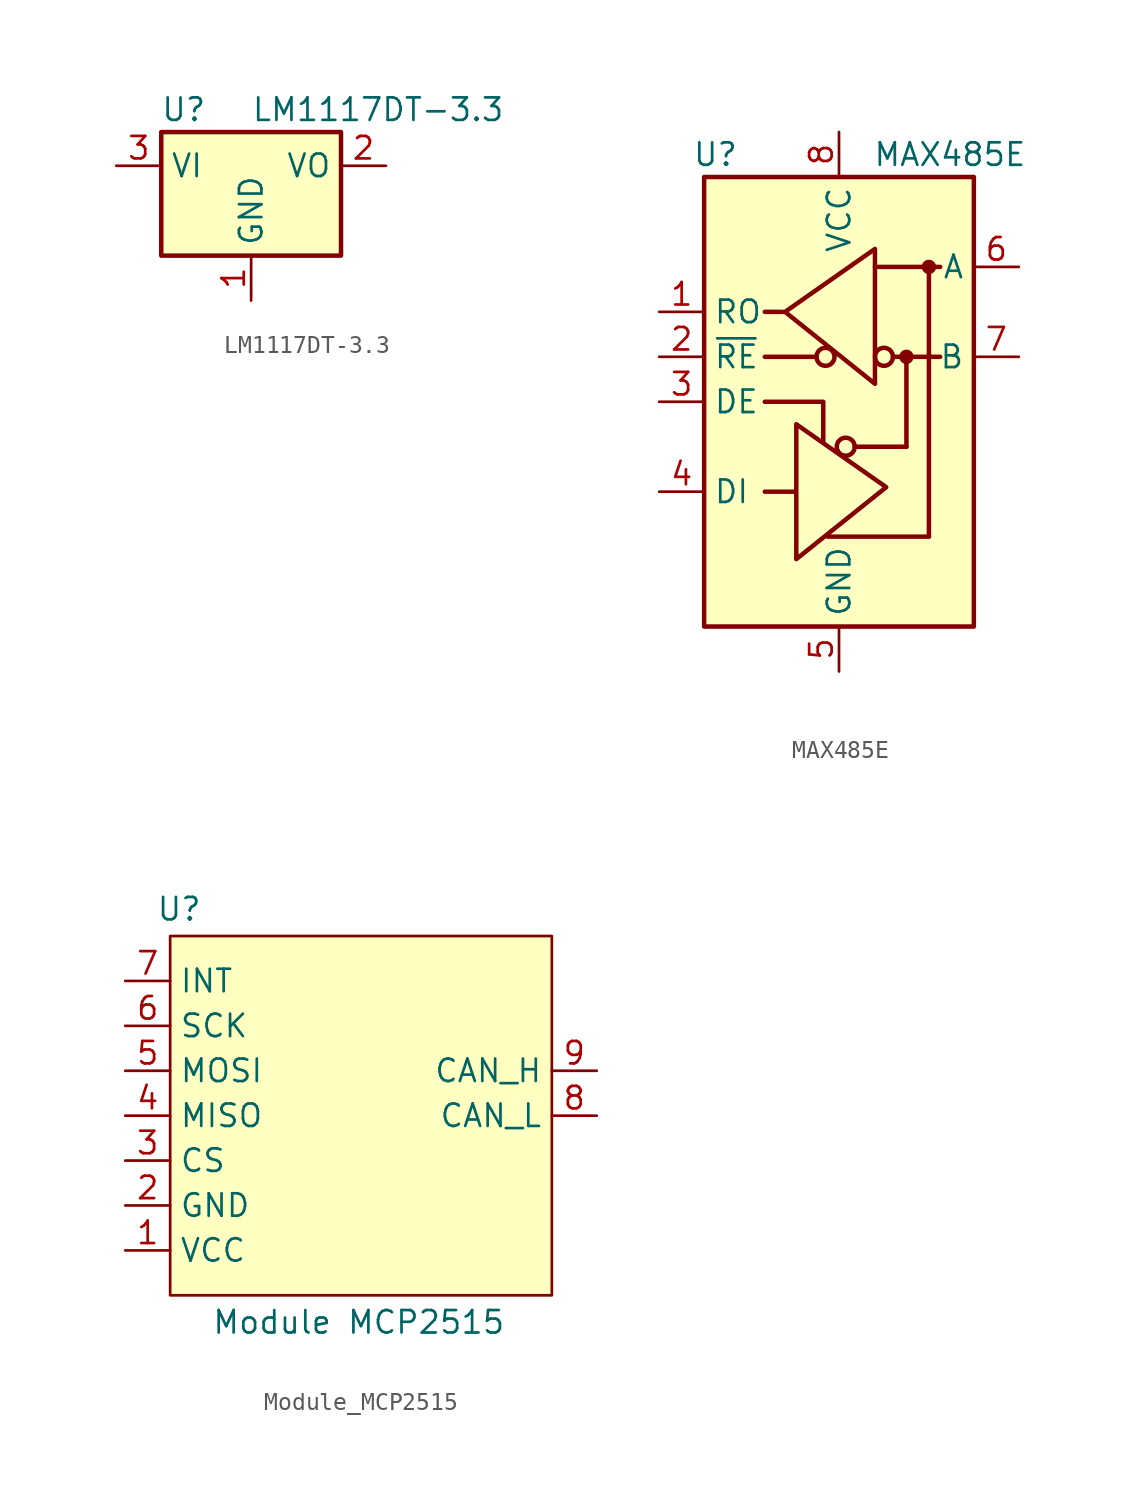
<source format=kicad_sym>
(kicad_symbol_lib
  (version 20241209)
  (generator "kicad_symbol_editor")
  (generator_version "9.0")
  (symbol "LM1117DT-3.3"
    (property "Reference" "U"
      (at -3.81 3.175 0)
      (effects (font (size 1.27 1.27))))
    (property "Value" "LM1117DT-3.3"
      (at 0 3.175 0)
      (effects (font (size 1.27 1.27)) (justify left)))
    (symbol "LM1117DT-3.3_0_1"
      (rectangle (start -5.08 -5.08) (end 5.08 1.905) (stroke (width 0.254) (type default)) (fill (type background))))
    (symbol "LM1117DT-3.3_1_1"
      (pin power_in line (at -7.62 0 0) (length 2.54) (name "VI" (effects (font (size 1.27 1.27)))) (number "3" (effects (font (size 1.27 1.27)))))
      (pin power_in line (at 0 -7.62 90) (length 2.54) (name "GND" (effects (font (size 1.27 1.27)))) (number "1" (effects (font (size 1.27 1.27)))))
      (pin power_out line (at 7.62 0 180) (length 2.54) (name "VO" (effects (font (size 1.27 1.27)))) (number "2" (effects (font (size 1.27 1.27)))))))
  (symbol "MAX485E"
    (property "Reference" "U"
      (at -6.985 13.97 0)
      (effects (font (size 1.27 1.27))))
    (property "Value" "MAX485E"
      (at 1.905 13.97 0)
      (effects (font (size 1.27 1.27)) (justify left)))
    (symbol "MAX485E_0_1"
      (rectangle (start -7.62 12.7) (end 7.62 -12.7) (stroke (width 0.254) (type default)) (fill (type background)))
      (polyline (pts (xy -4.191 2.54) (xy -1.27 2.54)) (stroke (width 0.254) (type default)) (fill (type none)))
      (polyline (pts (xy -4.191 0) (xy -0.889 0) (xy -0.889 -2.286)) (stroke (width 0.254) (type default)) (fill (type none)))
      (polyline (pts (xy -3.175 5.08) (xy -4.191 5.08) (xy -4.064 5.08)) (stroke (width 0.254) (type default)) (fill (type none)))
      (polyline (pts (xy -2.54 -5.08) (xy -4.191 -5.08)) (stroke (width 0.254) (type default)) (fill (type none)))
      (polyline (pts (xy -2.413 -5.08) (xy -2.413 -1.27) (xy 2.667 -4.826) (xy -2.413 -8.89) (xy -2.413 -5.08)) (stroke (width 0.254) (type default)) (fill (type none)))
      (polyline (pts (xy -0.635 -7.62) (xy 5.08 -7.62)) (stroke (width 0.254) (type default)) (fill (type none)))
      (circle (center 0.381 -2.54) (radius 0.508) (stroke (width 0.254) (type default)) (fill (type none)))
      (polyline (pts (xy 0.889 -2.54) (xy 3.81 -2.54)) (stroke (width 0.254) (type default)) (fill (type none)))
      (polyline (pts (xy 2.032 7.62) (xy 5.715 7.62)) (stroke (width 0.254) (type default)) (fill (type none)))
      (polyline (pts (xy 3.048 2.54) (xy 5.715 2.54)) (stroke (width 0.254) (type default)) (fill (type none)))
      (circle (center 3.81 2.54) (radius 0.279) (stroke (width 0.254) (type default)) (fill (type outline)))
      (polyline (pts (xy 3.81 -2.54) (xy 3.81 2.54)) (stroke (width 0.254) (type default)) (fill (type none)))
      (polyline (pts (xy 5.08 -7.62) (xy 5.08 7.62)) (stroke (width 0.254) (type default)) (fill (type none))))
    (symbol "MAX485E_1_1"
      (circle (center -0.762 2.54) (radius 0.508) (stroke (width 0.254) (type default)) (fill (type none)))
      (polyline (pts (xy 2.032 4.826) (xy 2.032 8.636) (xy -3.048 5.08) (xy 2.032 1.016) (xy 2.032 4.826)) (stroke (width 0.254) (type default)) (fill (type none)))
      (circle (center 2.54 2.54) (radius 0.508) (stroke (width 0.254) (type default)) (fill (type none)))
      (circle (center 5.08 7.62) (radius 0.279) (stroke (width 0.254) (type default)) (fill (type outline)))
      (pin output line (at -10.16 5.08 0) (length 2.54) (name "RO" (effects (font (size 1.27 1.27)))) (number "1" (effects (font (size 1.27 1.27)))))
      (pin input line (at -10.16 2.54 0) (length 2.54) (name "~{RE}" (effects (font (size 1.27 1.27)))) (number "2" (effects (font (size 1.27 1.27)))))
      (pin input line (at -10.16 0 0) (length 2.54) (name "DE" (effects (font (size 1.27 1.27)))) (number "3" (effects (font (size 1.27 1.27)))))
      (pin input line (at -10.16 -5.08 0) (length 2.54) (name "DI" (effects (font (size 1.27 1.27)))) (number "4" (effects (font (size 1.27 1.27)))))
      (pin power_in line (at 0 15.24 270) (length 2.54) (name "VCC" (effects (font (size 1.27 1.27)))) (number "8" (effects (font (size 1.27 1.27)))))
      (pin power_in line (at 0 -15.24 90) (length 2.54) (name "GND" (effects (font (size 1.27 1.27)))) (number "5" (effects (font (size 1.27 1.27)))))
      (pin bidirectional line (at 10.16 7.62 180) (length 2.54) (name "A" (effects (font (size 1.27 1.27)))) (number "6" (effects (font (size 1.27 1.27)))))
      (pin bidirectional line (at 10.16 2.54 180) (length 2.54) (name "B" (effects (font (size 1.27 1.27)))) (number "7" (effects (font (size 1.27 1.27)))))))
  (symbol "Module_MCP2515"
    (property "Reference" "U"
      (at -8.382 10.414 0)
      (effects (font (size 1.27 1.27))))
    (property "Value" "Module MCP2515"
      (at 1.778 -12.954 0)
      (effects (font (size 1.27 1.27))))
    (symbol "Module_MCP2515_1_1"
      (rectangle (start -8.89 8.89) (end 12.7 -11.43) (stroke (width 0) (type solid)) (fill (type background)))
      (pin input line (at -11.43 6.35 0) (length 2.54) (name "INT" (effects (font (size 1.27 1.27)))) (number "7" (effects (font (size 1.27 1.27)))))
      (pin input line (at -11.43 3.81 0) (length 2.54) (name "SCK" (effects (font (size 1.27 1.27)))) (number "6" (effects (font (size 1.27 1.27)))))
      (pin input line (at -11.43 1.27 0) (length 2.54) (name "MOSI" (effects (font (size 1.27 1.27)))) (number "5" (effects (font (size 1.27 1.27)))))
      (pin input line (at -11.43 -1.27 0) (length 2.54) (name "MISO" (effects (font (size 1.27 1.27)))) (number "4" (effects (font (size 1.27 1.27)))))
      (pin input line (at -11.43 -3.81 0) (length 2.54) (name "CS" (effects (font (size 1.27 1.27)))) (number "3" (effects (font (size 1.27 1.27)))))
      (pin input line (at -11.43 -6.35 0) (length 2.54) (name "GND" (effects (font (size 1.27 1.27)))) (number "2" (effects (font (size 1.27 1.27)))))
      (pin input line (at -11.43 -8.89 0) (length 2.54) (name "VCC" (effects (font (size 1.27 1.27)))) (number "1" (effects (font (size 1.27 1.27)))))
      (pin input line (at 15.24 1.27 180) (length 2.54) (name "CAN_H" (effects (font (size 1.27 1.27)))) (number "9" (effects (font (size 1.27 1.27)))))
      (pin input line (at 15.24 -1.27 180) (length 2.54) (name "CAN_L" (effects (font (size 1.27 1.27)))) (number "8" (effects (font (size 1.27 1.27))))))))
</source>
